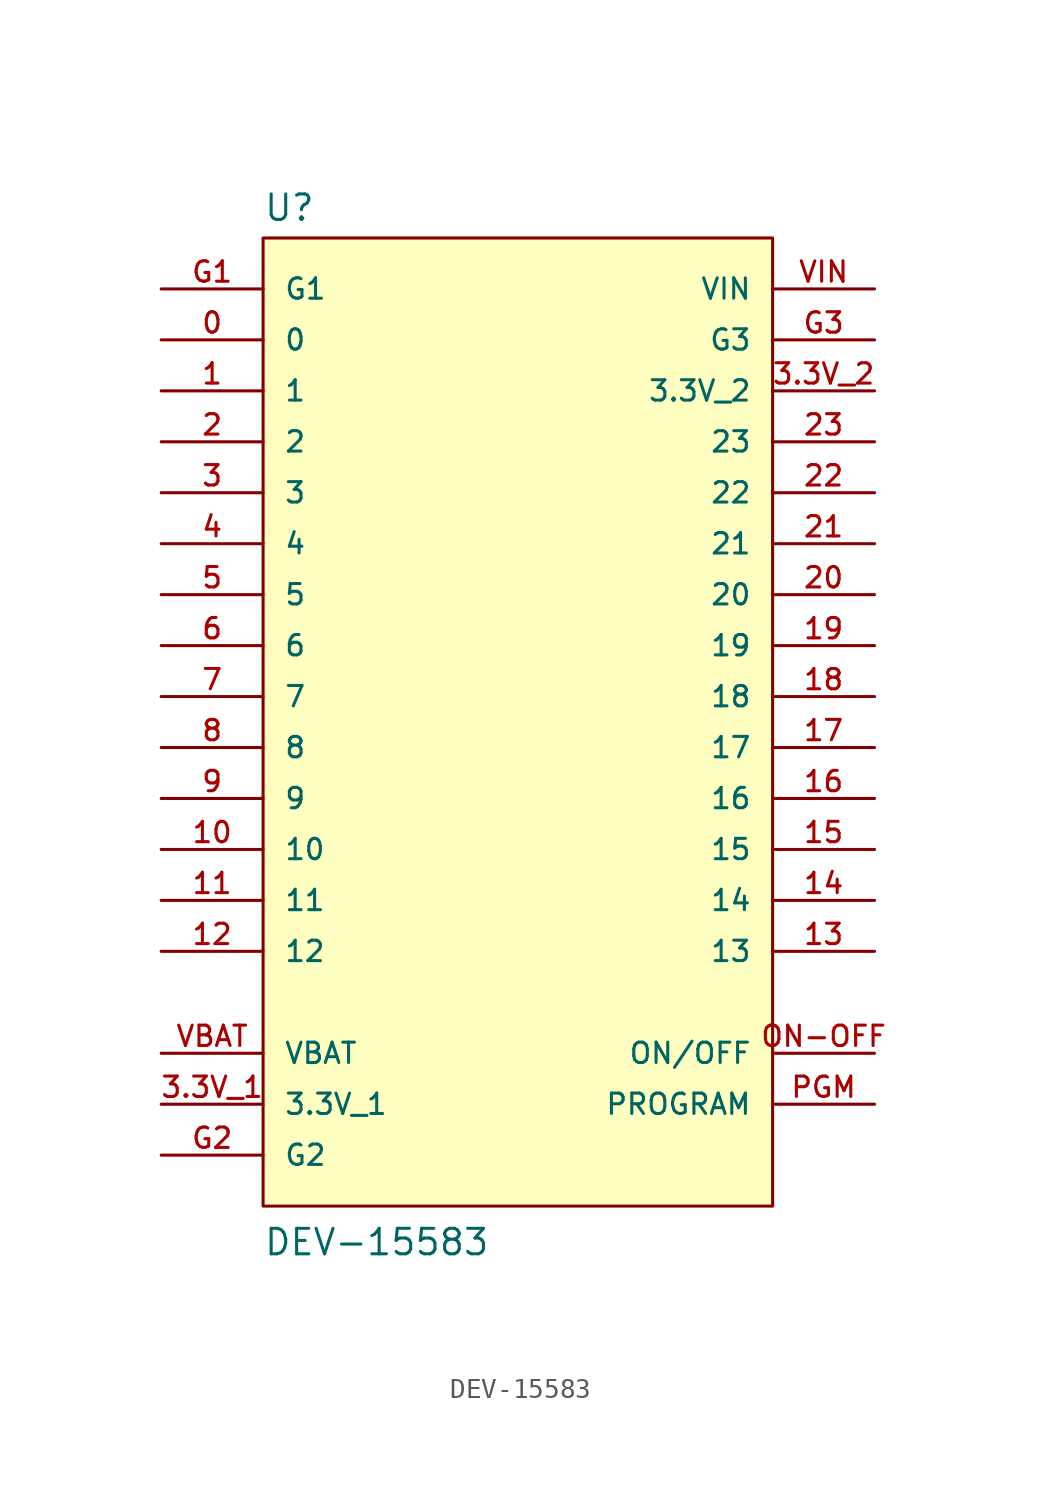
<source format=kicad_sym>
(kicad_symbol_lib
  (version 20211014)
  (generator kicad_symbol_editor)
  (symbol "DEV-15583"
    (pin_names
      (offset 1.016))
    (property "Reference" "U"
      (at -12.7 23.622 0)
      (effects (font (size 1.27 1.27)) (justify bottom left)))
    (property "Value" "DEV-15583"
      (at -12.7 -27.94 0)
      (effects (font (size 1.27 1.27)) (justify bottom left)))
    (symbol "DEV-15583_0_0"
      (rectangle (start -12.7 -25.4) (end 12.7 22.86) (stroke (width 0.152)) (fill (type background)))
      (pin power_in line (at -17.78 20.32 0) (length 5.08) (name "G1" (effects (font (size 1.016 1.016)))) (number "G1" (effects (font (size 1.016 1.016)))))
      (pin bidirectional line (at -17.78 17.78 0) (length 5.08) (name "0" (effects (font (size 1.016 1.016)))) (number "0" (effects (font (size 1.016 1.016)))))
      (pin bidirectional line (at -17.78 15.24 0) (length 5.08) (name "1" (effects (font (size 1.016 1.016)))) (number "1" (effects (font (size 1.016 1.016)))))
      (pin bidirectional line (at -17.78 12.7 0) (length 5.08) (name "2" (effects (font (size 1.016 1.016)))) (number "2" (effects (font (size 1.016 1.016)))))
      (pin bidirectional line (at -17.78 10.16 0) (length 5.08) (name "3" (effects (font (size 1.016 1.016)))) (number "3" (effects (font (size 1.016 1.016)))))
      (pin bidirectional line (at -17.78 7.62 0) (length 5.08) (name "4" (effects (font (size 1.016 1.016)))) (number "4" (effects (font (size 1.016 1.016)))))
      (pin bidirectional line (at -17.78 5.08 0) (length 5.08) (name "5" (effects (font (size 1.016 1.016)))) (number "5" (effects (font (size 1.016 1.016)))))
      (pin bidirectional line (at -17.78 2.54 0) (length 5.08) (name "6" (effects (font (size 1.016 1.016)))) (number "6" (effects (font (size 1.016 1.016)))))
      (pin bidirectional line (at -17.78 0.0 0) (length 5.08) (name "7" (effects (font (size 1.016 1.016)))) (number "7" (effects (font (size 1.016 1.016)))))
      (pin bidirectional line (at -17.78 -2.54 0) (length 5.08) (name "8" (effects (font (size 1.016 1.016)))) (number "8" (effects (font (size 1.016 1.016)))))
      (pin bidirectional line (at -17.78 -5.08 0) (length 5.08) (name "9" (effects (font (size 1.016 1.016)))) (number "9" (effects (font (size 1.016 1.016)))))
      (pin bidirectional line (at -17.78 -7.62 0) (length 5.08) (name "10" (effects (font (size 1.016 1.016)))) (number "10" (effects (font (size 1.016 1.016)))))
      (pin bidirectional line (at -17.78 -10.16 0) (length 5.08) (name "11" (effects (font (size 1.016 1.016)))) (number "11" (effects (font (size 1.016 1.016)))))
      (pin bidirectional line (at -17.78 -12.7 0) (length 5.08) (name "12" (effects (font (size 1.016 1.016)))) (number "12" (effects (font (size 1.016 1.016)))))
      (pin power_in line (at 17.78 20.32 180.0) (length 5.08) (name "VIN" (effects (font (size 1.016 1.016)))) (number "VIN" (effects (font (size 1.016 1.016)))))
      (pin power_in line (at 17.78 17.78 180.0) (length 5.08) (name "G3" (effects (font (size 1.016 1.016)))) (number "G3" (effects (font (size 1.016 1.016)))))
      (pin power_in line (at 17.78 15.24 180.0) (length 5.08) (name "3.3V_2" (effects (font (size 1.016 1.016)))) (number "3.3V_2" (effects (font (size 1.016 1.016)))))
      (pin bidirectional line (at 17.78 12.7 180.0) (length 5.08) (name "23" (effects (font (size 1.016 1.016)))) (number "23" (effects (font (size 1.016 1.016)))))
      (pin bidirectional line (at 17.78 10.16 180.0) (length 5.08) (name "22" (effects (font (size 1.016 1.016)))) (number "22" (effects (font (size 1.016 1.016)))))
      (pin bidirectional line (at 17.78 7.62 180.0) (length 5.08) (name "21" (effects (font (size 1.016 1.016)))) (number "21" (effects (font (size 1.016 1.016)))))
      (pin bidirectional line (at 17.78 5.08 180.0) (length 5.08) (name "20" (effects (font (size 1.016 1.016)))) (number "20" (effects (font (size 1.016 1.016)))))
      (pin bidirectional line (at 17.78 2.54 180.0) (length 5.08) (name "19" (effects (font (size 1.016 1.016)))) (number "19" (effects (font (size 1.016 1.016)))))
      (pin bidirectional line (at 17.78 0.0 180.0) (length 5.08) (name "18" (effects (font (size 1.016 1.016)))) (number "18" (effects (font (size 1.016 1.016)))))
      (pin bidirectional line (at 17.78 -2.54 180.0) (length 5.08) (name "17" (effects (font (size 1.016 1.016)))) (number "17" (effects (font (size 1.016 1.016)))))
      (pin bidirectional line (at 17.78 -5.08 180.0) (length 5.08) (name "16" (effects (font (size 1.016 1.016)))) (number "16" (effects (font (size 1.016 1.016)))))
      (pin bidirectional line (at 17.78 -7.62 180.0) (length 5.08) (name "15" (effects (font (size 1.016 1.016)))) (number "15" (effects (font (size 1.016 1.016)))))
      (pin bidirectional line (at 17.78 -10.16 180.0) (length 5.08) (name "14" (effects (font (size 1.016 1.016)))) (number "14" (effects (font (size 1.016 1.016)))))
      (pin bidirectional line (at 17.78 -12.7 180.0) (length 5.08) (name "13" (effects (font (size 1.016 1.016)))) (number "13" (effects (font (size 1.016 1.016)))))
      (pin power_in line (at -17.78 -17.78 0) (length 5.08) (name "VBAT" (effects (font (size 1.016 1.016)))) (number "VBAT" (effects (font (size 1.016 1.016)))))
      (pin power_in line (at -17.78 -20.32 0) (length 5.08) (name "3.3V_1" (effects (font (size 1.016 1.016)))) (number "3.3V_1" (effects (font (size 1.016 1.016)))))
      (pin power_in line (at -17.78 -22.86 0) (length 5.08) (name "G2" (effects (font (size 1.016 1.016)))) (number "G2" (effects (font (size 1.016 1.016)))))
      (pin bidirectional line (at 17.78 -17.78 180.0) (length 5.08) (name "ON/OFF" (effects (font (size 1.016 1.016)))) (number "ON-OFF" (effects (font (size 1.016 1.016)))))
      (pin bidirectional line (at 17.78 -20.32 180.0) (length 5.08) (name "PROGRAM" (effects (font (size 1.016 1.016)))) (number "PGM" (effects (font (size 1.016 1.016))))))))
</source>
